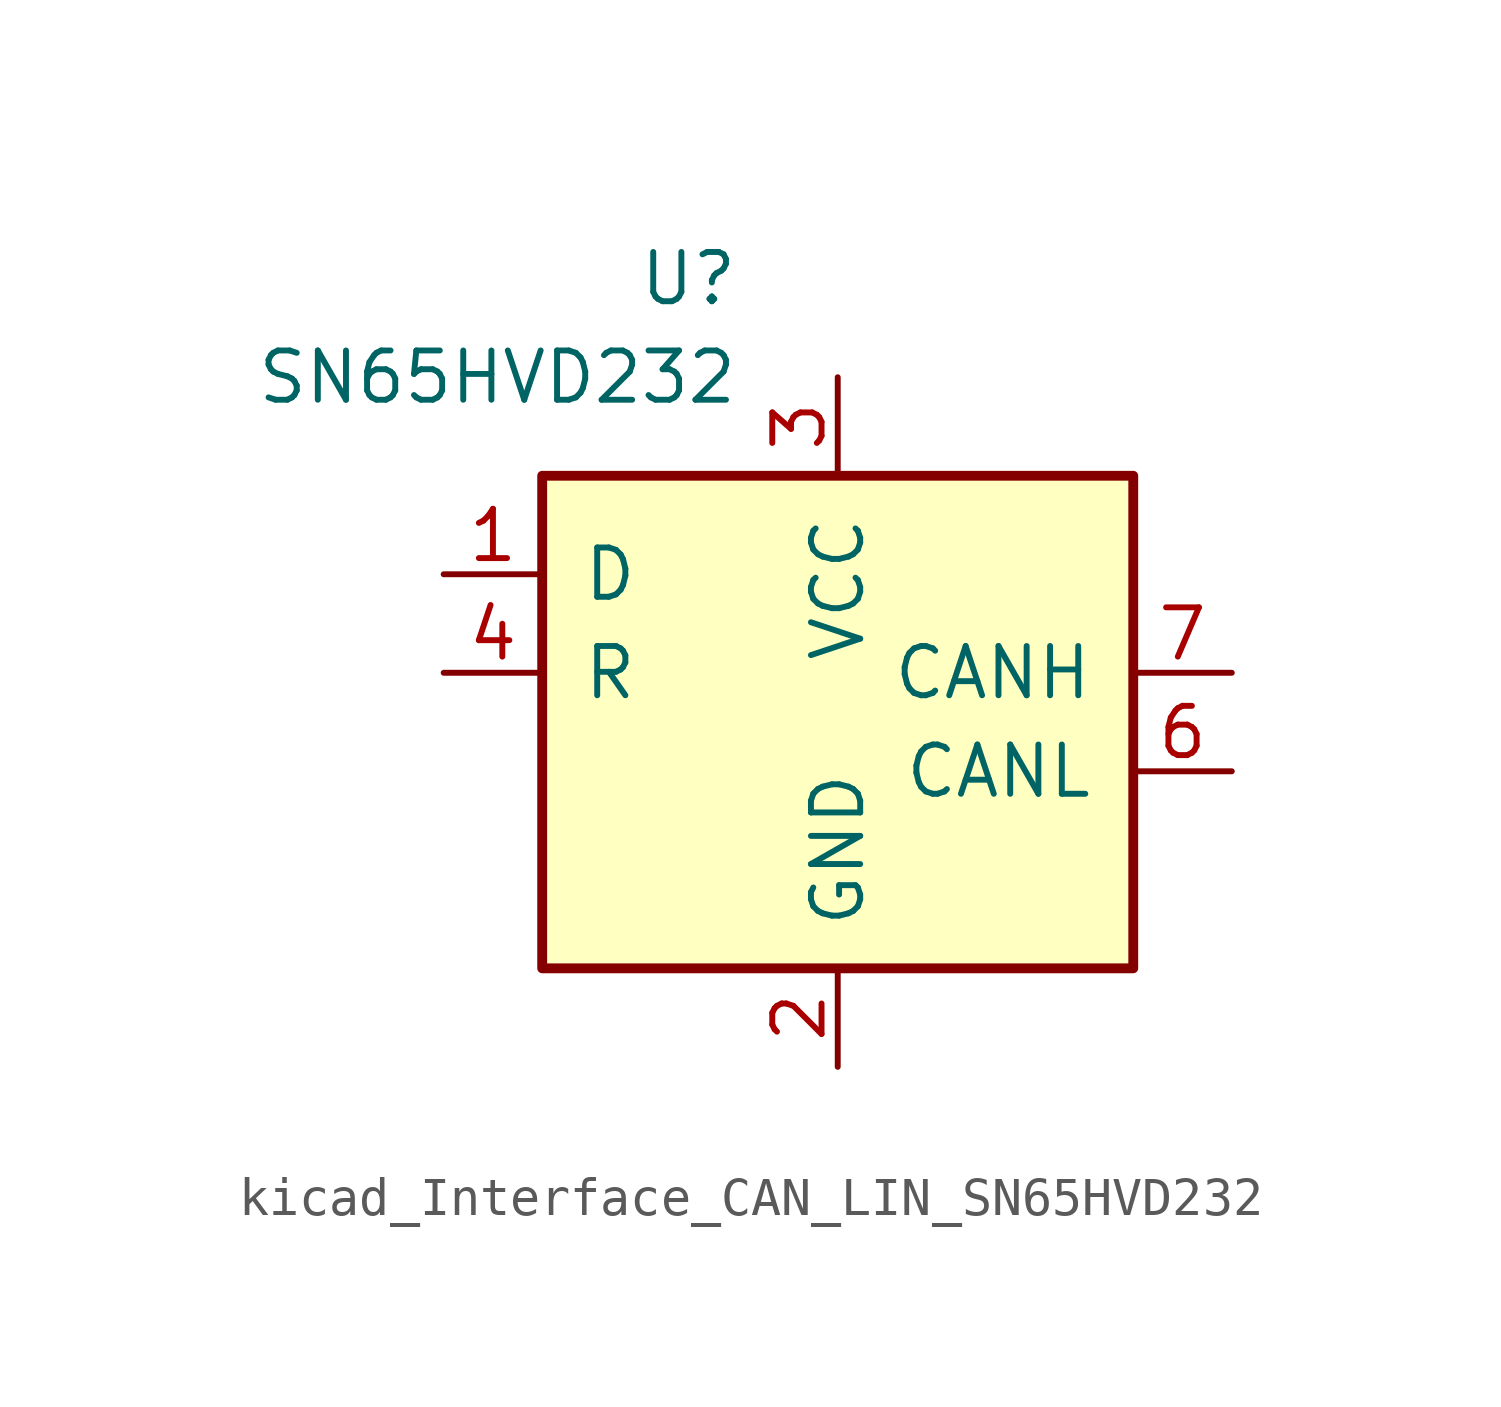
<source format=kicad_sym>
(kicad_symbol_lib
  (version 20220914)
  (generator kicad_symbol_editor)
  (symbol "kicad_Interface_CAN_LIN_SN65HVD232"
    (pin_names
      (offset 1.016))
    (property "Reference" "U"
      (at -2.54 10.16 0)
      (effects (font (size 1.27 1.27)) (justify right)))
    (property "Value" "SN65HVD232"
      (at -2.54 7.62 0)
      (effects (font (size 1.27 1.27)) (justify right)))
    (symbol "kicad_Interface_CAN_LIN_SN65HVD232_0_1"
      (rectangle (start -7.62 5.08) (end 7.62 -7.62) (stroke (width 0.254) (type default)) (fill (type background))))
    (symbol "kicad_Interface_CAN_LIN_SN65HVD232_1_1"
      (pin input line (at -10.16 2.54 0) (length 2.54) (name "D" (effects (font (size 1.27 1.27)))) (number "1" (effects (font (size 1.27 1.27)))))
      (pin power_in line (at 0 -10.16 90) (length 2.54) (name "GND" (effects (font (size 1.27 1.27)))) (number "2" (effects (font (size 1.27 1.27)))))
      (pin power_in line (at 0 7.62 270) (length 2.54) (name "VCC" (effects (font (size 1.27 1.27)))) (number "3" (effects (font (size 1.27 1.27)))))
      (pin output line (at -10.16 0 0) (length 2.54) (name "R" (effects (font (size 1.27 1.27)))) (number "4" (effects (font (size 1.27 1.27)))))
      (pin no_connect line (at -7.62 -2.54 0) (length 2.54) hide (name "NC" (effects (font (size 1.27 1.27)))) (number "5" (effects (font (size 1.27 1.27)))))
      (pin bidirectional line (at 10.16 -2.54 180) (length 2.54) (name "CANL" (effects (font (size 1.27 1.27)))) (number "6" (effects (font (size 1.27 1.27)))))
      (pin bidirectional line (at 10.16 0 180) (length 2.54) (name "CANH" (effects (font (size 1.27 1.27)))) (number "7" (effects (font (size 1.27 1.27)))))
      (pin no_connect line (at -7.62 -5.08 0) (length 2.54) hide (name "NC" (effects (font (size 1.27 1.27)))) (number "8" (effects (font (size 1.27 1.27))))))))
</source>
